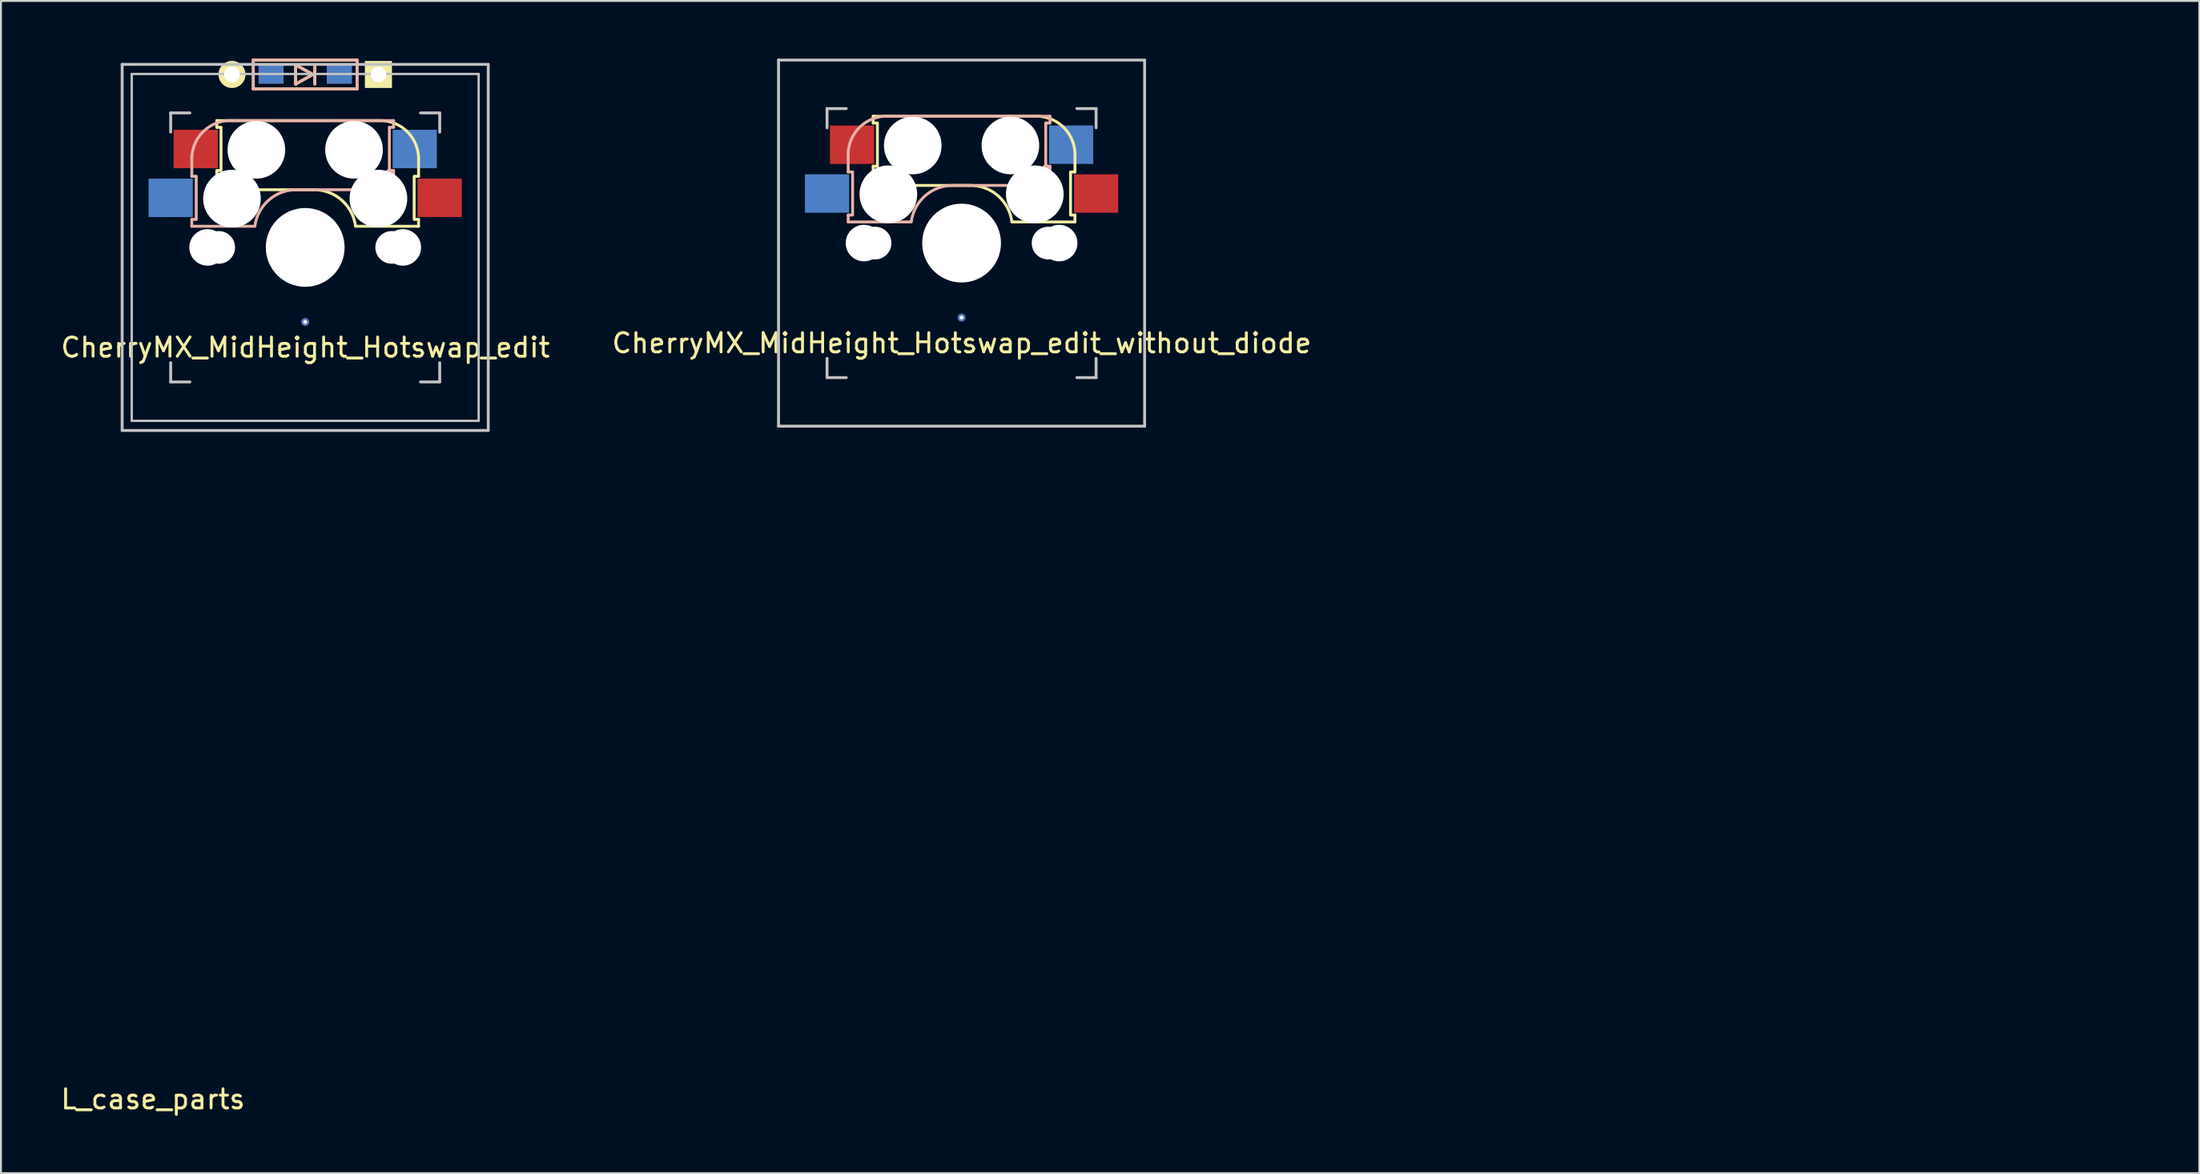
<source format=kicad_pcb>
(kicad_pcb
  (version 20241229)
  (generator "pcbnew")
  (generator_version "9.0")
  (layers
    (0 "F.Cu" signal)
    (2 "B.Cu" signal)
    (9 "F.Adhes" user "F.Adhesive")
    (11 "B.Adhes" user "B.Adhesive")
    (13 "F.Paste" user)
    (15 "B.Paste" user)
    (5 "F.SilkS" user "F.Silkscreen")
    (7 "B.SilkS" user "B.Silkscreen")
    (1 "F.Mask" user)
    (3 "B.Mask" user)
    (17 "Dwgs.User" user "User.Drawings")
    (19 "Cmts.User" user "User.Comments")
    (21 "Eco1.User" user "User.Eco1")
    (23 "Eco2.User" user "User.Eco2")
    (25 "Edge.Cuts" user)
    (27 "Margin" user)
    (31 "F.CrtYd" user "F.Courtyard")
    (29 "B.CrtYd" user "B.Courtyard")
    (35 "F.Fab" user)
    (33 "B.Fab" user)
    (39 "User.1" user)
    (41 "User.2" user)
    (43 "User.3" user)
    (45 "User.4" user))
  (footprint "L_case_parts"
    (layer "F.Cu")
    (at 4.911 53.652)
    (property "Reference" "L_case_parts" (at 0 0.5 0) (layer "F.SilkS") (effects (font (size 1 1) (thickness 0.15))))
    (attr through_hole)
    (fp_line (start 0 0) (end 0 -30.941) (stroke (width 0.1) (type solid)) (layer "Eco2.User"))
    (fp_line (start 0 0) (end 103.421 0) (stroke (width 0.1) (type solid)) (layer "Eco2.User"))
    (fp_line (start 1.387 -31.167) (end 0 -30.941) (stroke (width 0.12) (type solid)) (layer "Eco2.User"))
    (fp_line (start 1.387 -1.269) (end 1.387 -31.167) (stroke (width 0.12) (type solid)) (layer "Eco2.User"))
    (fp_line (start 1.387 -1.269) (end 103.202 -1.269) (stroke (width 0.12) (type solid)) (layer "Eco2.User"))
    (fp_line (start 103.421 0) (end 103.202 -1.269) (stroke (width 0.12) (type solid)) (layer "Eco2.User")))
  (footprint "CherryMX_MidHeight_Hotswap_edit"
    (layer "F.Cu")
    (at 12.831 9.825)
    (property "Reference" "CherryMX_MidHeight_Hotswap_edit" (at 0.008 5.206 0) (layer "F.SilkS") (effects (font (size 1 1) (thickness 0.15))))
    (attr through_hole)
    (fp_line (start -4.6 -6.6) (end 3.8 -6.6) (stroke (width 0.15) (type solid)) (layer "F.SilkS"))
    (fp_line (start -4.6 -6.25) (end -4.6 -6.6) (stroke (width 0.15) (type solid)) (layer "F.SilkS"))
    (fp_line (start -4.6 -4) (end -4.4 -4) (stroke (width 0.15) (type solid)) (layer "F.SilkS"))
    (fp_line (start -4.6 -3) (end -4.6 -4) (stroke (width 0.15) (type solid)) (layer "F.SilkS"))
    (fp_line (start -4.4 -6.25) (end -4.6 -6.25) (stroke (width 0.15) (type solid)) (layer "F.SilkS"))
    (fp_line (start -4.38 -4) (end -4.38 -6.25) (stroke (width 0.15) (type solid)) (layer "F.SilkS"))
    (fp_line (start -2.7 -9.75) (end -2.7 -8.25) (stroke (width 0.15) (type solid)) (layer "F.SilkS"))
    (fp_line (start -2.7 -8.25) (end 2.7 -8.25) (stroke (width 0.15) (type solid)) (layer "F.SilkS"))
    (fp_line (start -0.5 -9.5) (end 0.4 -9) (stroke (width 0.15) (type solid)) (layer "F.SilkS"))
    (fp_line (start -0.5 -8.5) (end -0.5 -9.5) (stroke (width 0.15) (type solid)) (layer "F.SilkS"))
    (fp_line (start 0.4 -9) (end -0.5 -8.5) (stroke (width 0.15) (type solid)) (layer "F.SilkS"))
    (fp_line (start 0.4 -3) (end -4.6 -3) (stroke (width 0.15) (type solid)) (layer "F.SilkS"))
    (fp_line (start 0.5 -8.5) (end 0.5 -9.5) (stroke (width 0.15) (type solid)) (layer "F.SilkS"))
    (fp_line (start 2.7 -9.75) (end -2.7 -9.75) (stroke (width 0.15) (type solid)) (layer "F.SilkS"))
    (fp_line (start 2.7 -8.25) (end 2.7 -9.75) (stroke (width 0.15) (type solid)) (layer "F.SilkS"))
    (fp_line (start 5.67 -3.7) (end 5.67 -1.46) (stroke (width 0.15) (type solid)) (layer "F.SilkS"))
    (fp_line (start 5.7 -1.46) (end 5.9 -1.46) (stroke (width 0.15) (type solid)) (layer "F.SilkS"))
    (fp_line (start 5.9 -4.7) (end 5.9 -3.7) (stroke (width 0.15) (type solid)) (layer "F.SilkS"))
    (fp_line (start 5.9 -3.7) (end 5.7 -3.7) (stroke (width 0.15) (type solid)) (layer "F.SilkS"))
    (fp_line (start 5.9 -1.1) (end 2.62 -1.1) (stroke (width 0.15) (type solid)) (layer "F.SilkS"))
    (fp_line (start 5.9 -1.1) (end 5.9 -1.46) (stroke (width 0.15) (type solid)) (layer "F.SilkS"))
    (fp_arc (start 0.4 -3) (mid 1.868709 -2.486118) (end 2.616318 -1.121471) (stroke (width 0.15) (type solid)) (layer "F.SilkS"))
    (fp_arc (start 3.8 -6.600001) (mid 5.243504 -6.084925) (end 5.900001 -4.7) (stroke (width 0.15) (type solid)) (layer "F.SilkS"))
    (fp_line (start -5.9 -4.7) (end -5.9 -3.7) (stroke (width 0.15) (type solid)) (layer "B.SilkS"))
    (fp_line (start -5.9 -3.7) (end -5.7 -3.7) (stroke (width 0.15) (type solid)) (layer "B.SilkS"))
    (fp_line (start -5.9 -1.1) (end -5.9 -1.46) (stroke (width 0.15) (type solid)) (layer "B.SilkS"))
    (fp_line (start -5.9 -1.1) (end -2.62 -1.1) (stroke (width 0.15) (type solid)) (layer "B.SilkS"))
    (fp_line (start -5.7 -1.46) (end -5.9 -1.46) (stroke (width 0.15) (type solid)) (layer "B.SilkS"))
    (fp_line (start -5.67 -3.7) (end -5.67 -1.46) (stroke (width 0.15) (type solid)) (layer "B.SilkS"))
    (fp_line (start -2.7 -9.75) (end -2.7 -8.25) (stroke (width 0.15) (type solid)) (layer "B.SilkS"))
    (fp_line (start -2.7 -8.25) (end 2.7 -8.25) (stroke (width 0.15) (type solid)) (layer "B.SilkS"))
    (fp_line (start -0.5 -9.5) (end 0.4 -9) (stroke (width 0.15) (type solid)) (layer "B.SilkS"))
    (fp_line (start -0.5 -8.5) (end -0.5 -9.5) (stroke (width 0.15) (type solid)) (layer "B.SilkS"))
    (fp_line (start -0.4 -3) (end 4.6 -3) (stroke (width 0.15) (type solid)) (layer "B.SilkS"))
    (fp_line (start 0.4 -9) (end -0.5 -8.5) (stroke (width 0.15) (type solid)) (layer "B.SilkS"))
    (fp_line (start 0.5 -8.5) (end 0.5 -9.5) (stroke (width 0.15) (type solid)) (layer "B.SilkS"))
    (fp_line (start 2.7 -9.75) (end -2.7 -9.75) (stroke (width 0.15) (type solid)) (layer "B.SilkS"))
    (fp_line (start 2.7 -8.25) (end 2.7 -9.75) (stroke (width 0.15) (type solid)) (layer "B.SilkS"))
    (fp_line (start 4.38 -4) (end 4.38 -6.25) (stroke (width 0.15) (type solid)) (layer "B.SilkS"))
    (fp_line (start 4.4 -6.25) (end 4.6 -6.25) (stroke (width 0.15) (type solid)) (layer "B.SilkS"))
    (fp_line (start 4.4 -3.9) (end 4.4 -3.2) (stroke (width 0.4) (type solid)) (layer "B.SilkS"))
    (fp_line (start 4.6 -6.6) (end -3.8 -6.6) (stroke (width 0.15) (type solid)) (layer "B.SilkS"))
    (fp_line (start 4.6 -6.25) (end 4.6 -6.6) (stroke (width 0.15) (type solid)) (layer "B.SilkS"))
    (fp_line (start 4.6 -4) (end 4.4 -4) (stroke (width 0.15) (type solid)) (layer "B.SilkS"))
    (fp_line (start 4.6 -3) (end 4.6 -4) (stroke (width 0.15) (type solid)) (layer "B.SilkS"))
    (fp_arc (start -5.9 -4.699999) (mid -5.243504 -6.084924) (end -3.800001 -6.6) (stroke (width 0.15) (type solid)) (layer "B.SilkS"))
    (fp_arc (start -2.616318 -1.121471) (mid -1.868709 -2.486118) (end -0.4 -3) (stroke (width 0.15) (type solid)) (layer "B.SilkS"))
    (fp_line (start -9.525 -9.525) (end 9.525 -9.525) (stroke (width 0.15) (type solid)) (layer "Dwgs.User"))
    (fp_line (start -9.525 9.525) (end -9.525 -9.525) (stroke (width 0.15) (type solid)) (layer "Dwgs.User"))
    (fp_line (start -9.025 -9.025) (end 9.025 -9.025) (stroke (width 0.12) (type solid)) (layer "Dwgs.User"))
    (fp_line (start -9.025 9.025) (end -9.025 -9.025) (stroke (width 0.12) (type solid)) (layer "Dwgs.User"))
    (fp_line (start -7 -7) (end -6 -7) (stroke (width 0.15) (type solid)) (layer "Dwgs.User"))
    (fp_line (start -7 -6) (end -7 -7) (stroke (width 0.15) (type solid)) (layer "Dwgs.User"))
    (fp_line (start -7 6) (end -7 7) (stroke (width 0.15) (type solid)) (layer "Dwgs.User"))
    (fp_line (start -7 7) (end -6 7) (stroke (width 0.15) (type solid)) (layer "Dwgs.User"))
    (fp_line (start 6 7) (end 7 7) (stroke (width 0.15) (type solid)) (layer "Dwgs.User"))
    (fp_line (start 7 -7) (end 6 -7) (stroke (width 0.15) (type solid)) (layer "Dwgs.User"))
    (fp_line (start 7 -7) (end 7 -6) (stroke (width 0.15) (type solid)) (layer "Dwgs.User"))
    (fp_line (start 7 7) (end 7 6) (stroke (width 0.15) (type solid)) (layer "Dwgs.User"))
    (fp_line (start 9.025 -9.025) (end 9.025 9.025) (stroke (width 0.12) (type solid)) (layer "Dwgs.User"))
    (fp_line (start 9.025 9.025) (end -9.025 9.025) (stroke (width 0.12) (type solid)) (layer "Dwgs.User"))
    (fp_line (start 9.525 -9.525) (end 9.525 9.525) (stroke (width 0.15) (type solid)) (layer "Dwgs.User"))
    (fp_line (start 9.525 9.525) (end -9.525 9.525) (stroke (width 0.15) (type solid)) (layer "Dwgs.User"))
    (fp_line (start -6.925 6.925) (end -6.925 -6.925) (stroke (width 0.12) (type solid)) (layer "Eco1.User"))
    (fp_line (start 6.925 -6.925) (end -6.925 -6.925) (stroke (width 0.12) (type solid)) (layer "Eco1.User"))
    (fp_line (start 6.925 -6.925) (end 6.925 6.925) (stroke (width 0.12) (type solid)) (layer "Eco1.User"))
    (fp_line (start 6.925 6.925) (end -6.925 6.925) (stroke (width 0.12) (type solid)) (layer "Eco1.User"))
    (pad "" np_thru_hole circle (at -5.08 0) (size 1.9 1.9) (drill 1.9) (layers "*.Cu" "*.Mask"))
    (pad "" np_thru_hole circle (at -4.5 0) (size 1.7 1.7) (drill 1.7) (layers "*.Cu" "*.Mask"))
    (pad "" np_thru_hole circle (at -3.81 -2.54 180) (size 3 3) (drill 3) (layers "*.Cu" "*.Mask"))
    (pad "" np_thru_hole circle (at -2.54 -5.08 180) (size 3 3) (drill 3) (layers "*.Cu" "*.Mask"))
    (pad "" np_thru_hole circle (at 0 0 180) (size 4.1 4.1) (drill 4.1) (layers "*.Cu" "*.Mask"))
    (pad "" np_thru_hole circle (at 2.54 -5.08 270) (size 3 3) (drill 3) (layers "*.Cu" "*.Mask"))
    (pad "" np_thru_hole circle (at 3.81 -2.54 180) (size 3 3) (drill 3) (layers "*.Cu" "*.Mask"))
    (pad "" np_thru_hole circle (at 4.5 0) (size 1.7 1.7) (drill 1.7) (layers "*.Cu" "*.Mask"))
    (pad "" np_thru_hole circle (at 5.08 0) (size 1.9 1.9) (drill 1.9) (layers "*.Cu" "*.Mask"))
    (pad "1" smd rect (at -7 -2.58 180) (size 2.3 2) (layers "B.Cu" "B.Mask" "B.Paste"))
    (pad "1" thru_hole circle (at 0.001 3.878) (size 0.4 0.4) (drill 0.2) (layers "*.Cu"))
    (pad "1" smd rect (at 7 -2.58 180) (size 2.3 2) (layers "F.Cu" "F.Mask" "F.Paste"))
    (pad "2" smd rect (at -5.7 -5.12 180) (size 2.3 2) (layers "F.Cu" "F.Mask" "F.Paste"))
    (pad "2" thru_hole circle (at -3.81 -9 180) (size 1.397 1.397) (drill 0.813) (layers "*.Cu" "*.Mask" "F.SilkS"))
    (pad "2" smd rect (at -1.775 -9 180) (size 1.3 0.95) (layers "F.Cu" "F.Mask" "F.Paste"))
    (pad "2" smd rect (at -1.775 -9 180) (size 1.3 0.95) (layers "B.Cu" "B.Mask" "B.Paste"))
    (pad "2" smd rect (at 5.7 -5.12 180) (size 2.3 2) (layers "B.Cu" "B.Mask" "B.Paste"))
    (pad "3" smd rect (at 1.775 -9 180) (size 1.3 0.95) (layers "F.Cu" "F.Mask" "F.Paste"))
    (pad "3" smd rect (at 1.775 -9 180) (size 1.3 0.95) (layers "B.Cu" "B.Mask" "B.Paste"))
    (pad "3" thru_hole rect (at 3.81 -9 180) (size 1.397 1.397) (drill 0.813) (layers "*.Cu" "*.Mask" "F.SilkS")))
  (footprint "CherryMX_MidHeight_Hotswap_edit_without_diode"
    (layer "F.Cu")
    (at 46.986 9.6)
    (property "Reference" "CherryMX_MidHeight_Hotswap_edit_without_diode" (at 0.008 5.206 0) (layer "F.SilkS") (effects (font (size 1 1) (thickness 0.15))))
    (attr through_hole)
    (fp_line (start -4.6 -6.6) (end 3.8 -6.6) (stroke (width 0.15) (type solid)) (layer "F.SilkS"))
    (fp_line (start -4.6 -6.25) (end -4.6 -6.6) (stroke (width 0.15) (type solid)) (layer "F.SilkS"))
    (fp_line (start -4.6 -4) (end -4.4 -4) (stroke (width 0.15) (type solid)) (layer "F.SilkS"))
    (fp_line (start -4.6 -3) (end -4.6 -4) (stroke (width 0.15) (type solid)) (layer "F.SilkS"))
    (fp_line (start -4.4 -6.25) (end -4.6 -6.25) (stroke (width 0.15) (type solid)) (layer "F.SilkS"))
    (fp_line (start -4.38 -4) (end -4.38 -6.25) (stroke (width 0.15) (type solid)) (layer "F.SilkS"))
    (fp_line (start 0.4 -3) (end -4.6 -3) (stroke (width 0.15) (type solid)) (layer "F.SilkS"))
    (fp_line (start 5.67 -3.7) (end 5.67 -1.46) (stroke (width 0.15) (type solid)) (layer "F.SilkS"))
    (fp_line (start 5.7 -1.46) (end 5.9 -1.46) (stroke (width 0.15) (type solid)) (layer "F.SilkS"))
    (fp_line (start 5.9 -4.7) (end 5.9 -3.7) (stroke (width 0.15) (type solid)) (layer "F.SilkS"))
    (fp_line (start 5.9 -3.7) (end 5.7 -3.7) (stroke (width 0.15) (type solid)) (layer "F.SilkS"))
    (fp_line (start 5.9 -1.1) (end 2.62 -1.1) (stroke (width 0.15) (type solid)) (layer "F.SilkS"))
    (fp_line (start 5.9 -1.1) (end 5.9 -1.46) (stroke (width 0.15) (type solid)) (layer "F.SilkS"))
    (fp_arc (start 0.4 -3) (mid 1.868709 -2.486118) (end 2.616318 -1.121471) (stroke (width 0.15) (type solid)) (layer "F.SilkS"))
    (fp_arc (start 3.8 -6.600001) (mid 5.243504 -6.084925) (end 5.900001 -4.7) (stroke (width 0.15) (type solid)) (layer "F.SilkS"))
    (fp_line (start -5.9 -4.7) (end -5.9 -3.7) (stroke (width 0.15) (type solid)) (layer "B.SilkS"))
    (fp_line (start -5.9 -3.7) (end -5.7 -3.7) (stroke (width 0.15) (type solid)) (layer "B.SilkS"))
    (fp_line (start -5.9 -1.1) (end -5.9 -1.46) (stroke (width 0.15) (type solid)) (layer "B.SilkS"))
    (fp_line (start -5.9 -1.1) (end -2.62 -1.1) (stroke (width 0.15) (type solid)) (layer "B.SilkS"))
    (fp_line (start -5.7 -1.46) (end -5.9 -1.46) (stroke (width 0.15) (type solid)) (layer "B.SilkS"))
    (fp_line (start -5.67 -3.7) (end -5.67 -1.46) (stroke (width 0.15) (type solid)) (layer "B.SilkS"))
    (fp_line (start -0.4 -3) (end 4.6 -3) (stroke (width 0.15) (type solid)) (layer "B.SilkS"))
    (fp_line (start 4.38 -4) (end 4.38 -6.25) (stroke (width 0.15) (type solid)) (layer "B.SilkS"))
    (fp_line (start 4.4 -6.25) (end 4.6 -6.25) (stroke (width 0.15) (type solid)) (layer "B.SilkS"))
    (fp_line (start 4.4 -3.9) (end 4.4 -3.2) (stroke (width 0.4) (type solid)) (layer "B.SilkS"))
    (fp_line (start 4.6 -6.6) (end -3.8 -6.6) (stroke (width 0.15) (type solid)) (layer "B.SilkS"))
    (fp_line (start 4.6 -6.25) (end 4.6 -6.6) (stroke (width 0.15) (type solid)) (layer "B.SilkS"))
    (fp_line (start 4.6 -4) (end 4.4 -4) (stroke (width 0.15) (type solid)) (layer "B.SilkS"))
    (fp_line (start 4.6 -3) (end 4.6 -4) (stroke (width 0.15) (type solid)) (layer "B.SilkS"))
    (fp_arc (start -5.9 -4.699999) (mid -5.243504 -6.084924) (end -3.800001 -6.6) (stroke (width 0.15) (type solid)) (layer "B.SilkS"))
    (fp_arc (start -2.616318 -1.121471) (mid -1.868709 -2.486118) (end -0.4 -3) (stroke (width 0.15) (type solid)) (layer "B.SilkS"))
    (fp_line (start -9.525 -9.525) (end 9.525 -9.525) (stroke (width 0.15) (type solid)) (layer "Dwgs.User"))
    (fp_line (start -9.525 9.525) (end -9.525 -9.525) (stroke (width 0.15) (type solid)) (layer "Dwgs.User"))
    (fp_line (start -7 -7) (end -6 -7) (stroke (width 0.15) (type solid)) (layer "Dwgs.User"))
    (fp_line (start -7 -6) (end -7 -7) (stroke (width 0.15) (type solid)) (layer "Dwgs.User"))
    (fp_line (start -7 6) (end -7 7) (stroke (width 0.15) (type solid)) (layer "Dwgs.User"))
    (fp_line (start -7 7) (end -6 7) (stroke (width 0.15) (type solid)) (layer "Dwgs.User"))
    (fp_line (start 6 7) (end 7 7) (stroke (width 0.15) (type solid)) (layer "Dwgs.User"))
    (fp_line (start 7 -7) (end 6 -7) (stroke (width 0.15) (type solid)) (layer "Dwgs.User"))
    (fp_line (start 7 -7) (end 7 -6) (stroke (width 0.15) (type solid)) (layer "Dwgs.User"))
    (fp_line (start 7 7) (end 7 6) (stroke (width 0.15) (type solid)) (layer "Dwgs.User"))
    (fp_line (start 9.525 -9.525) (end 9.525 9.525) (stroke (width 0.15) (type solid)) (layer "Dwgs.User"))
    (fp_line (start 9.525 9.525) (end -9.525 9.525) (stroke (width 0.15) (type solid)) (layer "Dwgs.User"))
    (fp_line (start -9.025 -9.025) (end 9.025 -9.025) (stroke (width 0.12) (type solid)) (layer "Eco1.User"))
    (fp_line (start -9.025 9.025) (end -9.025 -9.025) (stroke (width 0.12) (type solid)) (layer "Eco1.User"))
    (fp_line (start -6.925 6.925) (end -6.925 -6.925) (stroke (width 0.12) (type solid)) (layer "Eco1.User"))
    (fp_line (start 6.925 -6.925) (end -6.925 -6.925) (stroke (width 0.12) (type solid)) (layer "Eco1.User"))
    (fp_line (start 6.925 -6.925) (end 6.925 6.925) (stroke (width 0.12) (type solid)) (layer "Eco1.User"))
    (fp_line (start 6.925 6.925) (end -6.925 6.925) (stroke (width 0.12) (type solid)) (layer "Eco1.User"))
    (fp_line (start 9.025 -9.025) (end 9.025 9.025) (stroke (width 0.12) (type solid)) (layer "Eco1.User"))
    (fp_line (start 9.025 9.025) (end -9.025 9.025) (stroke (width 0.12) (type solid)) (layer "Eco1.User"))
    (pad "" np_thru_hole circle (at -5.08 0) (size 1.9 1.9) (drill 1.9) (layers "*.Cu" "*.Mask"))
    (pad "" np_thru_hole circle (at -4.5 0) (size 1.7 1.7) (drill 1.7) (layers "*.Cu" "*.Mask"))
    (pad "" np_thru_hole circle (at -3.81 -2.54 180) (size 3 3) (drill 3) (layers "*.Cu" "*.Mask"))
    (pad "" np_thru_hole circle (at -2.54 -5.08 180) (size 3 3) (drill 3) (layers "*.Cu" "*.Mask"))
    (pad "" np_thru_hole circle (at 0 0 90) (size 4.1 4.1) (drill 4.1) (layers "*.Cu" "*.Mask"))
    (pad "" np_thru_hole circle (at 2.54 -5.08 270) (size 3 3) (drill 3) (layers "*.Cu" "*.Mask"))
    (pad "" np_thru_hole circle (at 3.81 -2.54 180) (size 3 3) (drill 3) (layers "*.Cu" "*.Mask"))
    (pad "" np_thru_hole circle (at 4.5 0) (size 1.7 1.7) (drill 1.7) (layers "*.Cu" "*.Mask"))
    (pad "" np_thru_hole circle (at 5.08 0) (size 1.9 1.9) (drill 1.9) (layers "*.Cu" "*.Mask"))
    (pad "1" smd rect (at -7 -2.58 180) (size 2.3 2) (layers "B.Cu" "B.Mask" "B.Paste"))
    (pad "1" thru_hole circle (at 0.001 3.878) (size 0.4 0.4) (drill 0.2) (layers "*.Cu"))
    (pad "1" smd rect (at 7 -2.58 180) (size 2.3 2) (layers "F.Cu" "F.Mask" "F.Paste"))
    (pad "2" smd rect (at -5.7 -5.12 180) (size 2.3 2) (layers "F.Cu" "F.Mask" "F.Paste"))
    (pad "2" smd rect (at 5.7 -5.12 180) (size 2.3 2) (layers "B.Cu" "B.Mask" "B.Paste")))
  (gr_rect
    (start -3 -3)
    (end 111.391 58)
    (stroke (width 0.1) (type default))
    (fill no)
    (layer "Edge.Cuts")))
</source>
